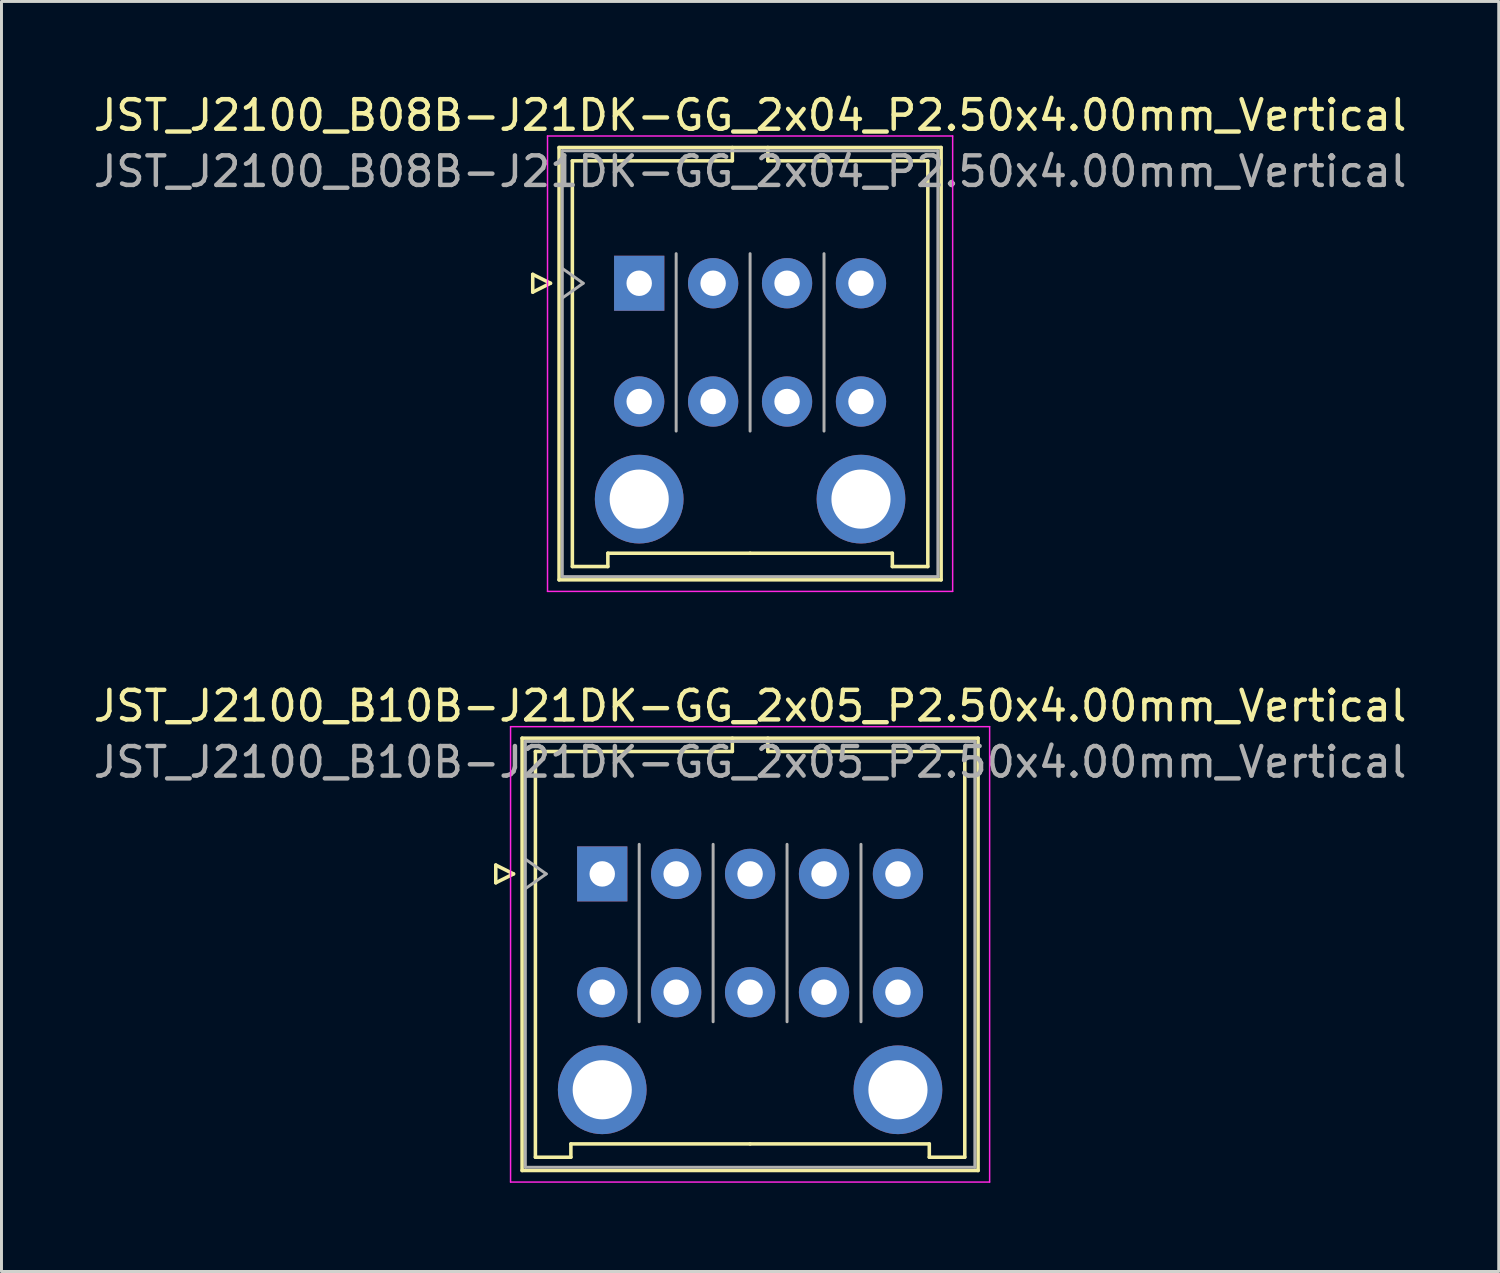
<source format=kicad_pcb>
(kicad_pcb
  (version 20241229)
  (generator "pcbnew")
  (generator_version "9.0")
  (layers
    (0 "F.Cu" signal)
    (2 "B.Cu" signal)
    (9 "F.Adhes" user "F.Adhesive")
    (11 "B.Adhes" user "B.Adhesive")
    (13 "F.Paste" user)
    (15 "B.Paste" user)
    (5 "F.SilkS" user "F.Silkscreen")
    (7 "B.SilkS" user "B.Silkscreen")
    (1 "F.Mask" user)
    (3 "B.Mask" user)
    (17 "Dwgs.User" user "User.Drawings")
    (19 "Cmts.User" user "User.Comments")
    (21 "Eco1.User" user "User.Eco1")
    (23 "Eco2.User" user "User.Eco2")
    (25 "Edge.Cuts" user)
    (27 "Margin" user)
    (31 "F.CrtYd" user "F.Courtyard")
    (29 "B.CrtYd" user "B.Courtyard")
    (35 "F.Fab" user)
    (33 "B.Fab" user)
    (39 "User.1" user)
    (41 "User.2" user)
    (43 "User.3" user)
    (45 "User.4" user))
  (footprint "JST_J2100_B10B-J21DK-GG_2x05_P2.50x4.00mm_Vertical"
    (layer "F.Cu")
    (at 17.315 26.502)
    (property "Reference" "JST_J2100_B10B-J21DK-GG_2x05_P2.50x4.00mm_Vertical" (at 5 -5.68 0) (layer "F.SilkS") (effects (font (size 1 1) (thickness 0.15))))
    (attr through_hole)
    (fp_line (start -3.6 -0.3) (end -3 0) (stroke (width 0.12) (type solid)) (layer "F.SilkS"))
    (fp_line (start -3.6 0.3) (end -3.6 -0.3) (stroke (width 0.12) (type solid)) (layer "F.SilkS"))
    (fp_line (start -3 0) (end -3.6 0.3) (stroke (width 0.12) (type solid)) (layer "F.SilkS"))
    (fp_line (start -2.71 -4.59) (end -2.71 10.03) (stroke (width 0.12) (type solid)) (layer "F.SilkS"))
    (fp_line (start -2.71 10.03) (end 12.71 10.03) (stroke (width 0.12) (type solid)) (layer "F.SilkS"))
    (fp_line (start -2.26 -4.14) (end -2.26 9.58) (stroke (width 0.12) (type solid)) (layer "F.SilkS"))
    (fp_line (start -2.26 9.58) (end -1.06 9.58) (stroke (width 0.12) (type solid)) (layer "F.SilkS"))
    (fp_line (start -1.06 9.13) (end 5 9.13) (stroke (width 0.12) (type solid)) (layer "F.SilkS"))
    (fp_line (start -1.06 9.58) (end -1.06 9.13) (stroke (width 0.12) (type solid)) (layer "F.SilkS"))
    (fp_line (start 4.4 -4.59) (end 4.4 -4.14) (stroke (width 0.12) (type solid)) (layer "F.SilkS"))
    (fp_line (start 4.4 -4.14) (end -2.26 -4.14) (stroke (width 0.12) (type solid)) (layer "F.SilkS"))
    (fp_line (start 5.6 -4.59) (end 5.6 -4.14) (stroke (width 0.12) (type solid)) (layer "F.SilkS"))
    (fp_line (start 5.6 -4.14) (end 12.26 -4.14) (stroke (width 0.12) (type solid)) (layer "F.SilkS"))
    (fp_line (start 11.06 9.13) (end 5 9.13) (stroke (width 0.12) (type solid)) (layer "F.SilkS"))
    (fp_line (start 11.06 9.58) (end 11.06 9.13) (stroke (width 0.12) (type solid)) (layer "F.SilkS"))
    (fp_line (start 12.26 -4.14) (end 12.26 9.58) (stroke (width 0.12) (type solid)) (layer "F.SilkS"))
    (fp_line (start 12.26 9.58) (end 11.06 9.58) (stroke (width 0.12) (type solid)) (layer "F.SilkS"))
    (fp_line (start 12.71 -4.59) (end -2.71 -4.59) (stroke (width 0.12) (type solid)) (layer "F.SilkS"))
    (fp_line (start 12.71 10.03) (end 12.71 -4.59) (stroke (width 0.12) (type solid)) (layer "F.SilkS"))
    (fp_line (start -3.1 -4.98) (end -3.1 10.42) (stroke (width 0.05) (type solid)) (layer "F.CrtYd"))
    (fp_line (start -3.1 10.42) (end 13.1 10.42) (stroke (width 0.05) (type solid)) (layer "F.CrtYd"))
    (fp_line (start 13.1 -4.98) (end -3.1 -4.98) (stroke (width 0.05) (type solid)) (layer "F.CrtYd"))
    (fp_line (start 13.1 10.42) (end 13.1 -4.98) (stroke (width 0.05) (type solid)) (layer "F.CrtYd"))
    (fp_line (start -2.6 -4.48) (end -2.6 9.92) (stroke (width 0.1) (type solid)) (layer "F.Fab"))
    (fp_line (start -2.6 0.5) (end -1.893 0) (stroke (width 0.1) (type solid)) (layer "F.Fab"))
    (fp_line (start -2.6 9.92) (end 12.6 9.92) (stroke (width 0.1) (type solid)) (layer "F.Fab"))
    (fp_line (start -1.893 0) (end -2.6 -0.5) (stroke (width 0.1) (type solid)) (layer "F.Fab"))
    (fp_line (start 1.25 5) (end 1.25 -1) (stroke (width 0.1) (type solid)) (layer "F.Fab"))
    (fp_line (start 3.75 5) (end 3.75 -1) (stroke (width 0.1) (type solid)) (layer "F.Fab"))
    (fp_line (start 6.25 5) (end 6.25 -1) (stroke (width 0.1) (type solid)) (layer "F.Fab"))
    (fp_line (start 8.75 5) (end 8.75 -1) (stroke (width 0.1) (type solid)) (layer "F.Fab"))
    (fp_line (start 12.6 -4.48) (end -2.6 -4.48) (stroke (width 0.1) (type solid)) (layer "F.Fab"))
    (fp_line (start 12.6 9.92) (end 12.6 -4.48) (stroke (width 0.1) (type solid)) (layer "F.Fab"))
    (fp_text user "${REFERENCE}" (at 5 -3.78 0) (layer "F.Fab") (effects (font (size 1 1) (thickness 0.15))))
    (pad "" thru_hole circle (at 0 7.3) (size 3 3) (drill 2) (layers "*.Cu" "*.Mask"))
    (pad "" thru_hole circle (at 10 7.3) (size 3 3) (drill 2) (layers "*.Cu" "*.Mask"))
    (pad "a1" thru_hole rect (at 0 0) (size 1.7 1.86) (drill 0.86) (layers "*.Cu" "*.Mask"))
    (pad "a2" thru_hole circle (at 2.5 0) (size 1.7 1.7) (drill 0.86) (layers "*.Cu" "*.Mask"))
    (pad "a3" thru_hole circle (at 5 0) (size 1.7 1.7) (drill 0.86) (layers "*.Cu" "*.Mask"))
    (pad "a4" thru_hole circle (at 7.5 0) (size 1.7 1.7) (drill 0.86) (layers "*.Cu" "*.Mask"))
    (pad "a5" thru_hole circle (at 10 0) (size 1.7 1.7) (drill 0.86) (layers "*.Cu" "*.Mask"))
    (pad "b1" thru_hole circle (at 0 4) (size 1.7 1.7) (drill 0.86) (layers "*.Cu" "*.Mask"))
    (pad "b2" thru_hole circle (at 2.5 4) (size 1.7 1.7) (drill 0.86) (layers "*.Cu" "*.Mask"))
    (pad "b3" thru_hole circle (at 5 4) (size 1.7 1.7) (drill 0.86) (layers "*.Cu" "*.Mask"))
    (pad "b4" thru_hole circle (at 7.5 4) (size 1.7 1.7) (drill 0.86) (layers "*.Cu" "*.Mask"))
    (pad "b5" thru_hole circle (at 10 4) (size 1.7 1.7) (drill 0.86) (layers "*.Cu" "*.Mask")))
  (footprint "JST_J2100_B08B-J21DK-GG_2x04_P2.50x4.00mm_Vertical"
    (layer "F.Cu")
    (at 18.565 6.528)
    (property "Reference" "JST_J2100_B08B-J21DK-GG_2x04_P2.50x4.00mm_Vertical" (at 3.75 -5.68 0) (layer "F.SilkS") (effects (font (size 1 1) (thickness 0.15))))
    (attr through_hole)
    (fp_line (start -3.6 -0.3) (end -3 0) (stroke (width 0.12) (type solid)) (layer "F.SilkS"))
    (fp_line (start -3.6 0.3) (end -3.6 -0.3) (stroke (width 0.12) (type solid)) (layer "F.SilkS"))
    (fp_line (start -3 0) (end -3.6 0.3) (stroke (width 0.12) (type solid)) (layer "F.SilkS"))
    (fp_line (start -2.71 -4.59) (end -2.71 10.03) (stroke (width 0.12) (type solid)) (layer "F.SilkS"))
    (fp_line (start -2.71 10.03) (end 10.21 10.03) (stroke (width 0.12) (type solid)) (layer "F.SilkS"))
    (fp_line (start -2.26 -4.14) (end -2.26 9.58) (stroke (width 0.12) (type solid)) (layer "F.SilkS"))
    (fp_line (start -2.26 9.58) (end -1.06 9.58) (stroke (width 0.12) (type solid)) (layer "F.SilkS"))
    (fp_line (start -1.06 9.13) (end 3.75 9.13) (stroke (width 0.12) (type solid)) (layer "F.SilkS"))
    (fp_line (start -1.06 9.58) (end -1.06 9.13) (stroke (width 0.12) (type solid)) (layer "F.SilkS"))
    (fp_line (start 3.15 -4.59) (end 3.15 -4.14) (stroke (width 0.12) (type solid)) (layer "F.SilkS"))
    (fp_line (start 3.15 -4.14) (end -2.26 -4.14) (stroke (width 0.12) (type solid)) (layer "F.SilkS"))
    (fp_line (start 4.35 -4.59) (end 4.35 -4.14) (stroke (width 0.12) (type solid)) (layer "F.SilkS"))
    (fp_line (start 4.35 -4.14) (end 9.76 -4.14) (stroke (width 0.12) (type solid)) (layer "F.SilkS"))
    (fp_line (start 8.56 9.13) (end 3.75 9.13) (stroke (width 0.12) (type solid)) (layer "F.SilkS"))
    (fp_line (start 8.56 9.58) (end 8.56 9.13) (stroke (width 0.12) (type solid)) (layer "F.SilkS"))
    (fp_line (start 9.76 -4.14) (end 9.76 9.58) (stroke (width 0.12) (type solid)) (layer "F.SilkS"))
    (fp_line (start 9.76 9.58) (end 8.56 9.58) (stroke (width 0.12) (type solid)) (layer "F.SilkS"))
    (fp_line (start 10.21 -4.59) (end -2.71 -4.59) (stroke (width 0.12) (type solid)) (layer "F.SilkS"))
    (fp_line (start 10.21 10.03) (end 10.21 -4.59) (stroke (width 0.12) (type solid)) (layer "F.SilkS"))
    (fp_line (start -3.1 -4.98) (end -3.1 10.42) (stroke (width 0.05) (type solid)) (layer "F.CrtYd"))
    (fp_line (start -3.1 10.42) (end 10.6 10.42) (stroke (width 0.05) (type solid)) (layer "F.CrtYd"))
    (fp_line (start 10.6 -4.98) (end -3.1 -4.98) (stroke (width 0.05) (type solid)) (layer "F.CrtYd"))
    (fp_line (start 10.6 10.42) (end 10.6 -4.98) (stroke (width 0.05) (type solid)) (layer "F.CrtYd"))
    (fp_line (start -2.6 -4.48) (end -2.6 9.92) (stroke (width 0.1) (type solid)) (layer "F.Fab"))
    (fp_line (start -2.6 0.5) (end -1.893 0) (stroke (width 0.1) (type solid)) (layer "F.Fab"))
    (fp_line (start -2.6 9.92) (end 10.1 9.92) (stroke (width 0.1) (type solid)) (layer "F.Fab"))
    (fp_line (start -1.893 0) (end -2.6 -0.5) (stroke (width 0.1) (type solid)) (layer "F.Fab"))
    (fp_line (start 1.25 5) (end 1.25 -1) (stroke (width 0.1) (type solid)) (layer "F.Fab"))
    (fp_line (start 3.75 5) (end 3.75 -1) (stroke (width 0.1) (type solid)) (layer "F.Fab"))
    (fp_line (start 6.25 5) (end 6.25 -1) (stroke (width 0.1) (type solid)) (layer "F.Fab"))
    (fp_line (start 10.1 -4.48) (end -2.6 -4.48) (stroke (width 0.1) (type solid)) (layer "F.Fab"))
    (fp_line (start 10.1 9.92) (end 10.1 -4.48) (stroke (width 0.1) (type solid)) (layer "F.Fab"))
    (fp_text user "${REFERENCE}" (at 3.75 -3.78 0) (layer "F.Fab") (effects (font (size 1 1) (thickness 0.15))))
    (pad "" thru_hole circle (at 0 7.3) (size 3 3) (drill 2) (layers "*.Cu" "*.Mask"))
    (pad "" thru_hole circle (at 7.5 7.3) (size 3 3) (drill 2) (layers "*.Cu" "*.Mask"))
    (pad "a1" thru_hole rect (at 0 0) (size 1.7 1.86) (drill 0.86) (layers "*.Cu" "*.Mask"))
    (pad "a2" thru_hole circle (at 2.5 0) (size 1.7 1.7) (drill 0.86) (layers "*.Cu" "*.Mask"))
    (pad "a3" thru_hole circle (at 5 0) (size 1.7 1.7) (drill 0.86) (layers "*.Cu" "*.Mask"))
    (pad "a4" thru_hole circle (at 7.5 0) (size 1.7 1.7) (drill 0.86) (layers "*.Cu" "*.Mask"))
    (pad "b1" thru_hole circle (at 0 4) (size 1.7 1.7) (drill 0.86) (layers "*.Cu" "*.Mask"))
    (pad "b2" thru_hole circle (at 2.5 4) (size 1.7 1.7) (drill 0.86) (layers "*.Cu" "*.Mask"))
    (pad "b3" thru_hole circle (at 5 4) (size 1.7 1.7) (drill 0.86) (layers "*.Cu" "*.Mask"))
    (pad "b4" thru_hole circle (at 7.5 4) (size 1.7 1.7) (drill 0.86) (layers "*.Cu" "*.Mask")))
  (gr_rect
    (start -3 -3)
    (end 47.631 39.947)
    (stroke (width 0.1) (type default))
    (fill no)
    (layer "Edge.Cuts")))
</source>
